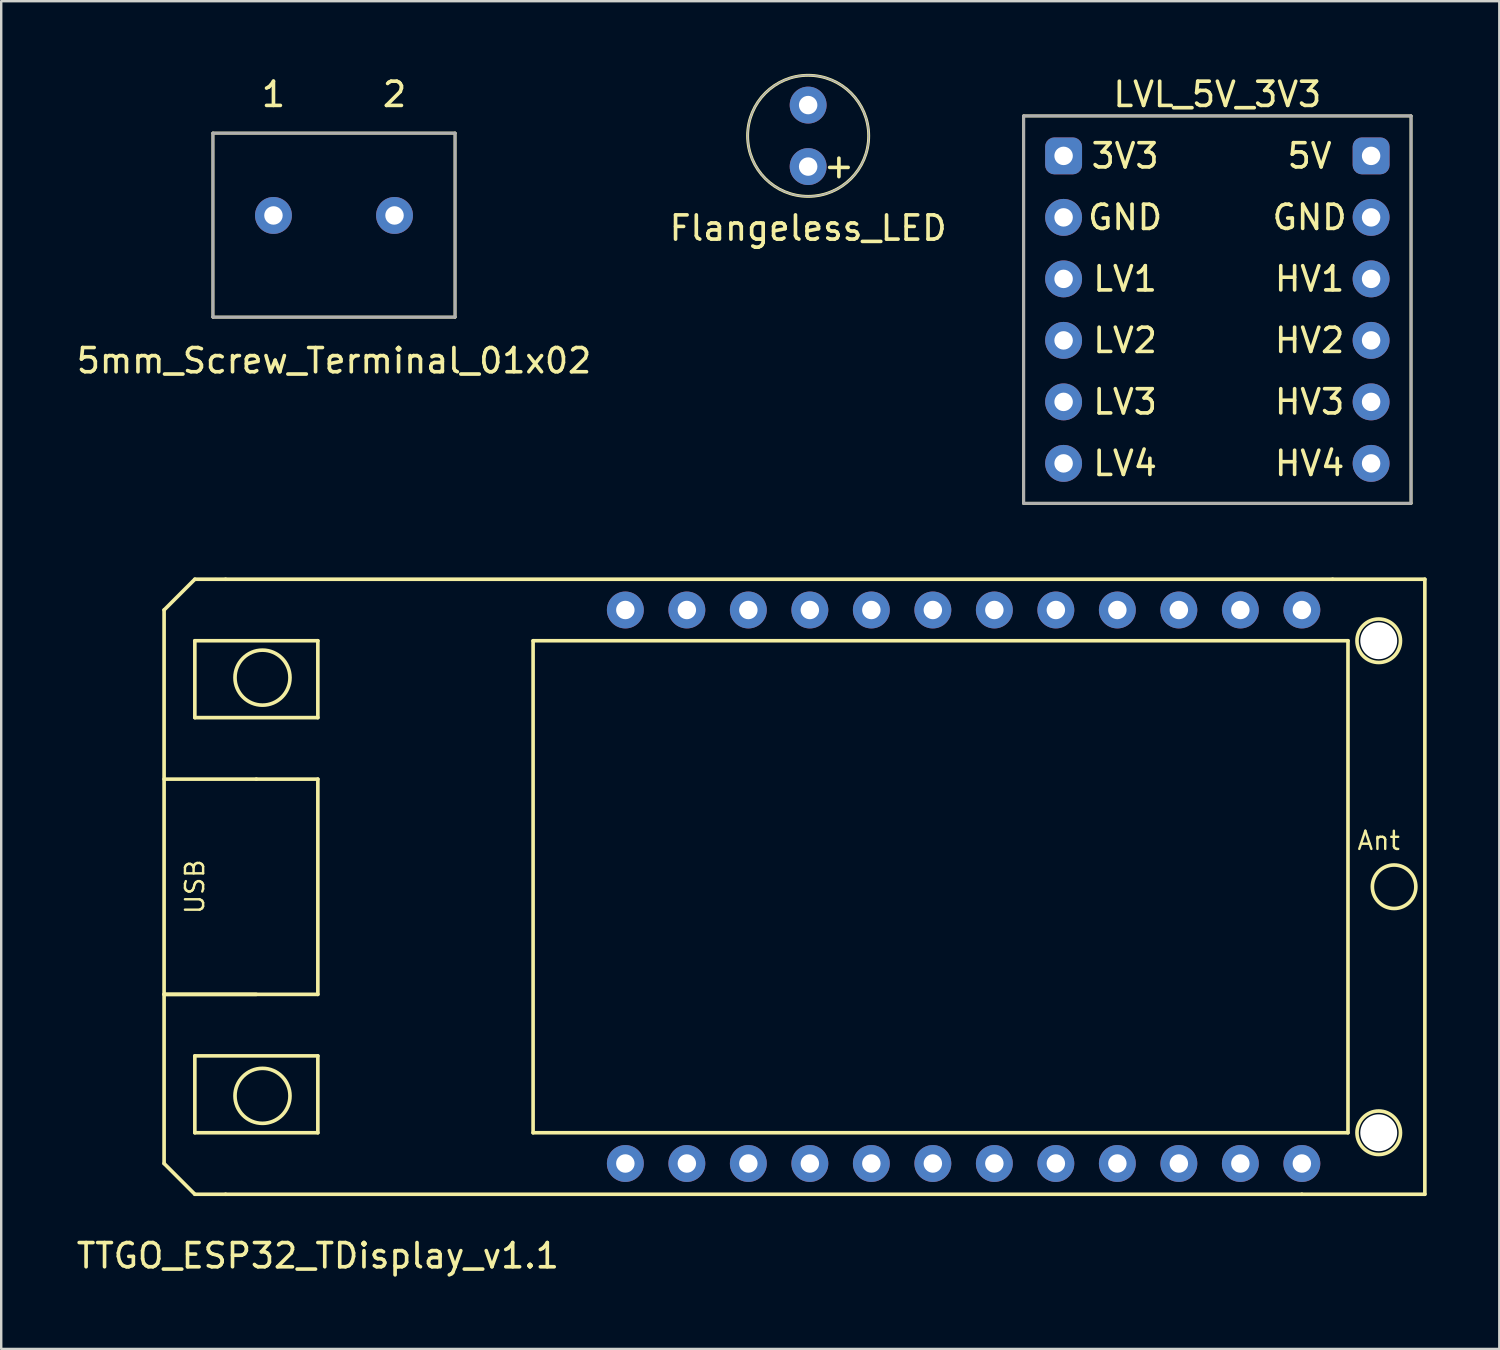
<source format=kicad_pcb>
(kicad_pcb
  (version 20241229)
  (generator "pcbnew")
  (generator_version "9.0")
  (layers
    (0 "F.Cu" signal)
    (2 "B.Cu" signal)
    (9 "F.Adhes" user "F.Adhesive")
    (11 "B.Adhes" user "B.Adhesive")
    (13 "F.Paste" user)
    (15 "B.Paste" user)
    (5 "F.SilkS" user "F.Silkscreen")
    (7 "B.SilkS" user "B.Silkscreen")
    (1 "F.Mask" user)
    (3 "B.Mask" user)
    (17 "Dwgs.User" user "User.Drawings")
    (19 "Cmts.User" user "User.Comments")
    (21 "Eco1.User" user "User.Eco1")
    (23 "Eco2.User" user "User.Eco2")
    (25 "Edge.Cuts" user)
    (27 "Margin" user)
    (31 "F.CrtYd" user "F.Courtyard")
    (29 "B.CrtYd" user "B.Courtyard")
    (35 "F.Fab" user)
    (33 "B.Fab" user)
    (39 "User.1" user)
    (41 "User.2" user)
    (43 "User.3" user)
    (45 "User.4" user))
  (footprint "TTGO_ESP32_TDisplay_v1.1"
    (layer "F.Cu")
    (at 6.267 46.273)
    (property "Reference" "TTGO_ESP32_TDisplay_v1.1" (at 3.81 2.54 0) (layer "F.SilkS") (effects (font (size 1 1) (thickness 0.15))))
    (attr through_hole)
    (fp_line (start -2.54 -24.13) (end -1.27 -25.4) (stroke (width 0.15) (type solid)) (layer "F.SilkS"))
    (fp_line (start -2.54 -8.255) (end 1.27 -8.255) (stroke (width 0.15) (type solid)) (layer "F.SilkS"))
    (fp_line (start -2.54 -1.27) (end -2.54 -24.13) (stroke (width 0.15) (type solid)) (layer "F.SilkS"))
    (fp_line (start -1.27 -25.4) (end 0 -25.4) (stroke (width 0.15) (type solid)) (layer "F.SilkS"))
    (fp_line (start -1.27 -22.86) (end 3.81 -22.86) (stroke (width 0.15) (type solid)) (layer "F.SilkS"))
    (fp_line (start -1.27 -19.685) (end -1.27 -22.86) (stroke (width 0.15) (type solid)) (layer "F.SilkS"))
    (fp_line (start -1.27 -5.715) (end 3.81 -5.715) (stroke (width 0.15) (type solid)) (layer "F.SilkS"))
    (fp_line (start -1.27 -2.54) (end -1.27 -5.715) (stroke (width 0.15) (type solid)) (layer "F.SilkS"))
    (fp_line (start -1.27 0) (end -2.54 -1.27) (stroke (width 0.15) (type solid)) (layer "F.SilkS"))
    (fp_line (start 0 0) (end -1.27 0) (stroke (width 0.15) (type solid)) (layer "F.SilkS"))
    (fp_line (start 1.27 -17.145) (end -2.54 -17.145) (stroke (width 0.15) (type solid)) (layer "F.SilkS"))
    (fp_line (start 1.27 -17.145) (end 3.81 -17.145) (stroke (width 0.15) (type solid)) (layer "F.SilkS"))
    (fp_line (start 3.81 -22.86) (end 3.81 -19.685) (stroke (width 0.15) (type solid)) (layer "F.SilkS"))
    (fp_line (start 3.81 -19.685) (end -1.27 -19.685) (stroke (width 0.15) (type solid)) (layer "F.SilkS"))
    (fp_line (start 3.81 -17.145) (end 3.81 -8.255) (stroke (width 0.15) (type solid)) (layer "F.SilkS"))
    (fp_line (start 3.81 -8.255) (end -2.54 -8.255) (stroke (width 0.15) (type solid)) (layer "F.SilkS"))
    (fp_line (start 3.81 -5.715) (end 3.81 -2.54) (stroke (width 0.15) (type solid)) (layer "F.SilkS"))
    (fp_line (start 3.81 -2.54) (end -1.27 -2.54) (stroke (width 0.15) (type solid)) (layer "F.SilkS"))
    (fp_line (start 12.7 -22.86) (end 46.355 -22.86) (stroke (width 0.15) (type solid)) (layer "F.SilkS"))
    (fp_line (start 12.7 -2.54) (end 12.7 -22.86) (stroke (width 0.15) (type solid)) (layer "F.SilkS"))
    (fp_line (start 44.45 0) (end 0 0) (stroke (width 0.15) (type solid)) (layer "F.SilkS"))
    (fp_line (start 45.72 -25.4) (end 0 -25.4) (stroke (width 0.15) (type solid)) (layer "F.SilkS"))
    (fp_line (start 46.355 -22.86) (end 46.355 -2.54) (stroke (width 0.15) (type solid)) (layer "F.SilkS"))
    (fp_line (start 46.355 -2.54) (end 12.7 -2.54) (stroke (width 0.15) (type solid)) (layer "F.SilkS"))
    (fp_line (start 49.53 -25.4) (end 45.72 -25.4) (stroke (width 0.15) (type solid)) (layer "F.SilkS"))
    (fp_line (start 49.53 -25.4) (end 49.53 0) (stroke (width 0.15) (type solid)) (layer "F.SilkS"))
    (fp_line (start 49.53 0) (end 44.45 0) (stroke (width 0.15) (type solid)) (layer "F.SilkS"))
    (fp_circle (center 1.524 -21.336) (end 2.54 -21.844) (stroke (width 0.15) (type solid)) (fill no) (layer "F.SilkS"))
    (fp_circle (center 1.524 -4.064) (end 2.54 -4.572) (stroke (width 0.15) (type solid)) (fill no) (layer "F.SilkS"))
    (fp_circle (center 47.625 -22.86) (end 48.26 -23.495) (stroke (width 0.15) (type solid)) (fill no) (layer "F.SilkS"))
    (fp_circle (center 47.625 -2.54) (end 48.26 -3.175) (stroke (width 0.15) (type solid)) (fill no) (layer "F.SilkS"))
    (fp_circle (center 48.26 -12.7) (end 48.895 -13.335) (stroke (width 0.15) (type solid)) (fill no) (layer "F.SilkS"))
    (fp_text user "USB" (at -1.27 -12.7 90) (layer "F.SilkS") (effects (font (size 0.75 0.75) (thickness 0.1))))
    (fp_text user "Ant" (at 47.625 -14.605 0) (layer "F.SilkS") (effects (font (size 0.75 0.75) (thickness 0.1))))
    (pad "" np_thru_hole circle (at 47.625 -22.86) (size 1.524 1.524) (drill 1.524) (layers "*.Cu" "*.Mask"))
    (pad "" np_thru_hole circle (at 47.625 -2.54) (size 1.524 1.524) (drill 1.524) (layers "*.Cu" "*.Mask"))
    (pad "1" thru_hole circle (at 16.51 -1.27) (size 1.524 1.524) (drill 0.762) (layers "*.Cu" "*.Mask"))
    (pad "2" thru_hole circle (at 19.05 -1.27) (size 1.524 1.524) (drill 0.762) (layers "*.Cu" "*.Mask"))
    (pad "3" thru_hole circle (at 21.59 -1.27) (size 1.524 1.524) (drill 0.762) (layers "*.Cu" "*.Mask"))
    (pad "4" thru_hole circle (at 24.13 -1.27) (size 1.524 1.524) (drill 0.762) (layers "*.Cu" "*.Mask"))
    (pad "5" thru_hole circle (at 26.67 -1.27) (size 1.524 1.524) (drill 0.762) (layers "*.Cu" "*.Mask"))
    (pad "6" thru_hole circle (at 29.21 -1.27) (size 1.524 1.524) (drill 0.762) (layers "*.Cu" "*.Mask"))
    (pad "7" thru_hole circle (at 31.75 -1.27) (size 1.524 1.524) (drill 0.762) (layers "*.Cu" "*.Mask"))
    (pad "8" thru_hole circle (at 34.29 -1.27) (size 1.524 1.524) (drill 0.762) (layers "*.Cu" "*.Mask"))
    (pad "9" thru_hole circle (at 36.83 -1.27) (size 1.524 1.524) (drill 0.762) (layers "*.Cu" "*.Mask"))
    (pad "10" thru_hole circle (at 39.37 -1.27) (size 1.524 1.524) (drill 0.762) (layers "*.Cu" "*.Mask"))
    (pad "11" thru_hole circle (at 41.91 -1.27) (size 1.524 1.524) (drill 0.762) (layers "*.Cu" "*.Mask"))
    (pad "12" thru_hole circle (at 44.45 -1.27) (size 1.524 1.524) (drill 0.762) (layers "*.Cu" "*.Mask"))
    (pad "13" thru_hole circle (at 44.45 -24.13) (size 1.524 1.524) (drill 0.762) (layers "*.Cu" "*.Mask"))
    (pad "14" thru_hole circle (at 41.91 -24.13) (size 1.524 1.524) (drill 0.762) (layers "*.Cu" "*.Mask"))
    (pad "15" thru_hole circle (at 39.37 -24.13) (size 1.524 1.524) (drill 0.762) (layers "*.Cu" "*.Mask"))
    (pad "16" thru_hole circle (at 36.83 -24.13) (size 1.524 1.524) (drill 0.762) (layers "*.Cu" "*.Mask"))
    (pad "17" thru_hole circle (at 34.29 -24.13) (size 1.524 1.524) (drill 0.762) (layers "*.Cu" "*.Mask"))
    (pad "18" thru_hole circle (at 31.75 -24.13) (size 1.524 1.524) (drill 0.762) (layers "*.Cu" "*.Mask"))
    (pad "19" thru_hole circle (at 29.21 -24.13) (size 1.524 1.524) (drill 0.762) (layers "*.Cu" "*.Mask"))
    (pad "20" thru_hole circle (at 26.67 -24.13) (size 1.524 1.524) (drill 0.762) (layers "*.Cu" "*.Mask"))
    (pad "21" thru_hole circle (at 24.13 -24.13) (size 1.524 1.524) (drill 0.762) (layers "*.Cu" "*.Mask"))
    (pad "22" thru_hole circle (at 21.59 -24.13) (size 1.524 1.524) (drill 0.762) (layers "*.Cu" "*.Mask"))
    (pad "23" thru_hole circle (at 19.05 -24.13) (size 1.524 1.524) (drill 0.762) (layers "*.Cu" "*.Mask"))
    (pad "24" thru_hole circle (at 16.51 -24.13) (size 1.524 1.524) (drill 0.762) (layers "*.Cu" "*.Mask")))
  (footprint "Flangeless_LED"
    (layer "F.Cu")
    (at 30.327 1.29)
    (property "Reference" "Flangeless_LED" (at 0 5.08 0) (layer "F.SilkS") (effects (font (size 1 1) (thickness 0.15))))
    (attr through_hole)
    (fp_circle (center 0 1.27) (end 2.5 1.27) (stroke (width 0.12) (type solid)) (fill no) (layer "F.SilkS"))
    (fp_circle (center 0 1.27) (end 2.5 1.27) (stroke (width 0.064) (type solid)) (fill no) (layer "F.Fab"))
    (fp_text user "+" (at 1.27 2.5 0) (layer "F.SilkS") (effects (font (size 1 1) (thickness 0.15))))
    (pad "1" thru_hole circle (at 0 0) (size 1.524 1.524) (drill 0.762) (layers "*.Cu" "*.Mask"))
    (pad "2" thru_hole circle (at 0 2.54) (size 1.524 1.524) (drill 0.762) (layers "*.Cu" "*.Mask")))
  (footprint "5mm_Screw_Terminal_01x02"
    (layer "F.Cu")
    (at 8.204 5.848)
    (property "Reference" "5mm_Screw_Terminal_01x02" (at 2.54 6 0) (layer "F.SilkS") (effects (font (size 1 1) (thickness 0.15))))
    (attr through_hole)
    (fp_line (start -2.46 -3.4) (end -2.46 4.2) (stroke (width 0.12) (type solid)) (layer "F.SilkS"))
    (fp_line (start -2.46 4.2) (end 7.54 4.2) (stroke (width 0.12) (type solid)) (layer "F.SilkS"))
    (fp_line (start 7.54 -3.4) (end -2.46 -3.4) (stroke (width 0.12) (type solid)) (layer "F.SilkS"))
    (fp_line (start 7.54 4.2) (end 7.54 -3.4) (stroke (width 0.12) (type solid)) (layer "F.SilkS"))
    (fp_line (start -2.46 -3.4) (end -2.46 4.2) (stroke (width 0.12) (type solid)) (layer "F.Fab"))
    (fp_line (start -2.46 4.2) (end 7.54 4.2) (stroke (width 0.12) (type solid)) (layer "F.Fab"))
    (fp_line (start 7.54 -3.4) (end -2.46 -3.4) (stroke (width 0.12) (type solid)) (layer "F.Fab"))
    (fp_line (start 7.54 4.2) (end 7.54 -3.4) (stroke (width 0.12) (type solid)) (layer "F.Fab"))
    (fp_text user "1" (at 0.04 -5 0) (layer "F.SilkS") (effects (font (size 1 1) (thickness 0.15))))
    (fp_text user "2" (at 5.04 -5 0) (layer "F.SilkS") (effects (font (size 1 1) (thickness 0.15))))
    (pad "1" thru_hole circle (at 0.04 0) (size 1.524 1.524) (drill 0.762) (layers "*.Cu" "*.Mask"))
    (pad "2" thru_hole circle (at 5.04 0) (size 1.524 1.524) (drill 0.762) (layers "*.Cu" "*.Mask")))
  (footprint "LVL_5V_3V3"
    (layer "F.Cu")
    (at 53.577 3.388)
    (property "Reference" "LVL_5V_3V3" (at -6.35 -2.54 0) (layer "F.SilkS") (effects (font (size 1 1) (thickness 0.15))))
    (attr through_hole)
    (fp_line (start -14.35 -1.65) (end 1.65 -1.65) (stroke (width 0.12) (type solid)) (layer "F.SilkS"))
    (fp_line (start -14.35 14.35) (end -14.35 -1.65) (stroke (width 0.12) (type solid)) (layer "F.SilkS"))
    (fp_line (start 1.65 -1.65) (end 1.65 14.35) (stroke (width 0.12) (type solid)) (layer "F.SilkS"))
    (fp_line (start 1.65 14.35) (end -14.35 14.35) (stroke (width 0.12) (type solid)) (layer "F.SilkS"))
    (fp_line (start -14.35 -1.65) (end 1.65 -1.65) (stroke (width 0.12) (type solid)) (layer "F.Fab"))
    (fp_line (start -14.35 14.35) (end -14.35 -1.65) (stroke (width 0.12) (type solid)) (layer "F.Fab"))
    (fp_line (start 1.65 -1.65) (end 1.65 14.35) (stroke (width 0.12) (type solid)) (layer "F.Fab"))
    (fp_line (start 1.65 14.35) (end -14.35 14.35) (stroke (width 0.12) (type solid)) (layer "F.Fab"))
    (fp_text user "GND" (at -10.16 2.54 0) (layer "F.SilkS") (effects (font (size 1 1) (thickness 0.15))))
    (fp_text user "HV3" (at -2.54 10.16 0) (layer "F.SilkS") (effects (font (size 1 1) (thickness 0.15))))
    (fp_text user "HV2" (at -2.54 7.62 0) (layer "F.SilkS") (effects (font (size 1 1) (thickness 0.15))))
    (fp_text user "HV1" (at -2.54 5.08 0) (layer "F.SilkS") (effects (font (size 1 1) (thickness 0.15))))
    (fp_text user "LV1" (at -10.16 5.08 0) (layer "F.SilkS") (effects (font (size 1 1) (thickness 0.15))))
    (fp_text user "5V" (at -2.54 0 0) (layer "F.SilkS") (effects (font (size 1 1) (thickness 0.15))))
    (fp_text user "LV2" (at -10.16 7.62 0) (layer "F.SilkS") (effects (font (size 1 1) (thickness 0.15))))
    (fp_text user "3V3" (at -10.16 0 0) (layer "F.SilkS") (effects (font (size 1 1) (thickness 0.15))))
    (fp_text user "GND" (at -2.54 2.54 0) (layer "F.SilkS") (effects (font (size 1 1) (thickness 0.15))))
    (fp_text user "LV3" (at -10.16 10.16 0) (layer "F.SilkS") (effects (font (size 1 1) (thickness 0.15))))
    (fp_text user "HV4" (at -2.54 12.7 0) (layer "F.SilkS") (effects (font (size 1 1) (thickness 0.15))))
    (fp_text user "LV4" (at -10.16 12.7 0) (layer "F.SilkS") (effects (font (size 1 1) (thickness 0.15))))
    (pad "1" thru_hole roundrect (at 0 0) (size 1.524 1.524) (drill 0.762) (layers "*.Cu" "*.Mask") (roundrect_rratio 0.25))
    (pad "2" thru_hole circle (at 0 2.54) (size 1.524 1.524) (drill 0.762) (layers "*.Cu" "*.Mask"))
    (pad "3" thru_hole circle (at 0 5.08) (size 1.524 1.524) (drill 0.762) (layers "*.Cu" "*.Mask"))
    (pad "4" thru_hole circle (at 0 7.62) (size 1.524 1.524) (drill 0.762) (layers "*.Cu" "*.Mask"))
    (pad "5" thru_hole circle (at 0 10.16) (size 1.524 1.524) (drill 0.762) (layers "*.Cu" "*.Mask"))
    (pad "6" thru_hole circle (at 0 12.7) (size 1.524 1.524) (drill 0.762) (layers "*.Cu" "*.Mask"))
    (pad "7" thru_hole circle (at -12.7 12.7) (size 1.524 1.524) (drill 0.762) (layers "*.Cu" "*.Mask"))
    (pad "8" thru_hole circle (at -12.7 10.16) (size 1.524 1.524) (drill 0.762) (layers "*.Cu" "*.Mask"))
    (pad "9" thru_hole circle (at -12.7 7.62) (size 1.524 1.524) (drill 0.762) (layers "*.Cu" "*.Mask"))
    (pad "10" thru_hole circle (at -12.7 5.08) (size 1.524 1.524) (drill 0.762) (layers "*.Cu" "*.Mask"))
    (pad "11" thru_hole circle (at -12.7 2.54) (size 1.524 1.524) (drill 0.762) (layers "*.Cu" "*.Mask"))
    (pad "12" thru_hole roundrect (at -12.7 0) (size 1.524 1.524) (drill 0.762) (layers "*.Cu" "*.Mask") (roundrect_rratio 0.25)))
  (gr_rect
    (start -3 -3)
    (end 58.872 52.661)
    (stroke (width 0.1) (type default))
    (fill no)
    (layer "Edge.Cuts")))
</source>
